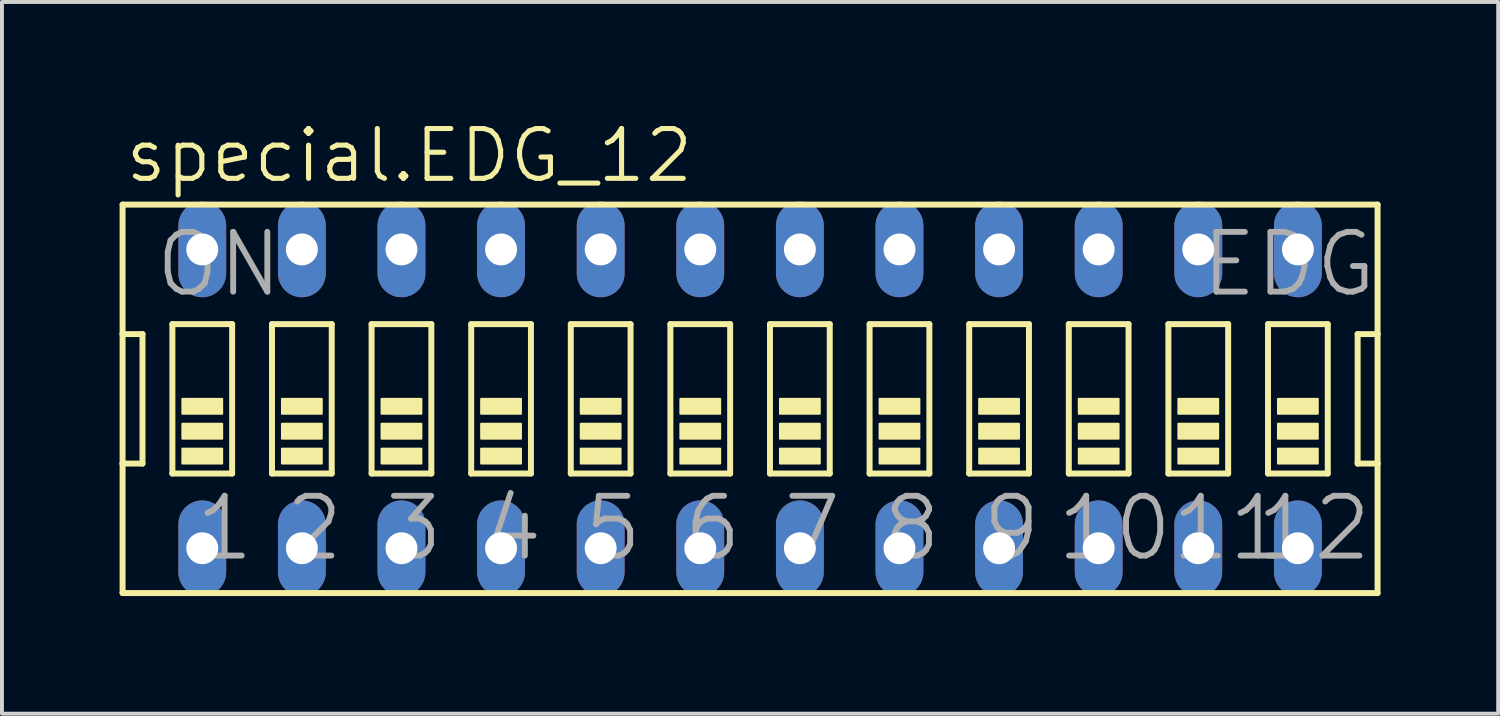
<source format=kicad_pcb>
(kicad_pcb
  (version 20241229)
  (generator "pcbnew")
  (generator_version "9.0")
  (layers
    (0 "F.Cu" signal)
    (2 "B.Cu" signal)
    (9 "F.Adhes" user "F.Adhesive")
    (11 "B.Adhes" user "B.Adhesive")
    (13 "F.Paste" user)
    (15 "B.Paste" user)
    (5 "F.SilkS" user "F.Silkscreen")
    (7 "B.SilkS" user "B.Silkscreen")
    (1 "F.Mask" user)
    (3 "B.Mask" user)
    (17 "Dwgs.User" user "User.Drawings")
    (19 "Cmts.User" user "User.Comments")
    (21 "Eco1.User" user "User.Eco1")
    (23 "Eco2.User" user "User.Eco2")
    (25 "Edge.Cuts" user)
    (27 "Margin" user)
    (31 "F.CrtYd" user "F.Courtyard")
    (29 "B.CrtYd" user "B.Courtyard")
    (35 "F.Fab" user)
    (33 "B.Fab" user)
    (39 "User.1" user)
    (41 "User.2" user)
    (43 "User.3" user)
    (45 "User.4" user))
  (footprint "special.EDG_12"
    (layer "F.Cu")
    (at 16.078 7.121)
    (property "Reference" "special.EDG_12" (at -16.002 -5.461 0) (layer "F.SilkS") (effects (font (size 1.27 1.27) (thickness 0.13)) (justify left bottom)))
    (attr through_hole)
    (fp_line (start -16.002 -4.953) (end -16.002 -1.651) (stroke (width 0.152) (type default)) (layer "F.SilkS"))
    (fp_line (start -16.002 -1.651) (end -16.002 1.651) (stroke (width 0.152) (type default)) (layer "F.SilkS"))
    (fp_line (start -16.002 1.651) (end -16.002 4.953) (stroke (width 0.152) (type default)) (layer "F.SilkS"))
    (fp_line (start -16.002 1.651) (end -15.494 1.651) (stroke (width 0.152) (type default)) (layer "F.SilkS"))
    (fp_line (start -16.002 4.953) (end 16.002 4.953) (stroke (width 0.152) (type default)) (layer "F.SilkS"))
    (fp_line (start -15.494 -1.651) (end -16.002 -1.651) (stroke (width 0.152) (type default)) (layer "F.SilkS"))
    (fp_line (start -15.494 1.651) (end -15.494 -1.651) (stroke (width 0.152) (type default)) (layer "F.SilkS"))
    (fp_line (start -14.732 -1.905) (end -14.732 1.905) (stroke (width 0.152) (type default)) (layer "F.SilkS"))
    (fp_line (start -14.732 -1.905) (end -13.208 -1.905) (stroke (width 0.152) (type default)) (layer "F.SilkS"))
    (fp_line (start -13.208 1.905) (end -14.732 1.905) (stroke (width 0.152) (type default)) (layer "F.SilkS"))
    (fp_line (start -13.208 1.905) (end -13.208 -1.905) (stroke (width 0.152) (type default)) (layer "F.SilkS"))
    (fp_line (start -12.192 -1.905) (end -12.192 1.905) (stroke (width 0.152) (type default)) (layer "F.SilkS"))
    (fp_line (start -12.192 -1.905) (end -10.668 -1.905) (stroke (width 0.152) (type default)) (layer "F.SilkS"))
    (fp_line (start -10.668 1.905) (end -12.192 1.905) (stroke (width 0.152) (type default)) (layer "F.SilkS"))
    (fp_line (start -10.668 1.905) (end -10.668 -1.905) (stroke (width 0.152) (type default)) (layer "F.SilkS"))
    (fp_line (start -9.652 -1.905) (end -9.652 1.905) (stroke (width 0.152) (type default)) (layer "F.SilkS"))
    (fp_line (start -9.652 -1.905) (end -8.128 -1.905) (stroke (width 0.152) (type default)) (layer "F.SilkS"))
    (fp_line (start -8.128 1.905) (end -9.652 1.905) (stroke (width 0.152) (type default)) (layer "F.SilkS"))
    (fp_line (start -8.128 1.905) (end -8.128 -1.905) (stroke (width 0.152) (type default)) (layer "F.SilkS"))
    (fp_line (start -7.112 -1.905) (end -7.112 1.905) (stroke (width 0.152) (type default)) (layer "F.SilkS"))
    (fp_line (start -7.112 -1.905) (end -5.588 -1.905) (stroke (width 0.152) (type default)) (layer "F.SilkS"))
    (fp_line (start -5.588 1.905) (end -7.112 1.905) (stroke (width 0.152) (type default)) (layer "F.SilkS"))
    (fp_line (start -5.588 1.905) (end -5.588 -1.905) (stroke (width 0.152) (type default)) (layer "F.SilkS"))
    (fp_line (start -4.572 -1.905) (end -4.572 1.905) (stroke (width 0.152) (type default)) (layer "F.SilkS"))
    (fp_line (start -4.572 -1.905) (end -3.048 -1.905) (stroke (width 0.152) (type default)) (layer "F.SilkS"))
    (fp_line (start -3.048 1.905) (end -4.572 1.905) (stroke (width 0.152) (type default)) (layer "F.SilkS"))
    (fp_line (start -3.048 1.905) (end -3.048 -1.905) (stroke (width 0.152) (type default)) (layer "F.SilkS"))
    (fp_line (start -2.032 -1.905) (end -2.032 1.905) (stroke (width 0.152) (type default)) (layer "F.SilkS"))
    (fp_line (start -2.032 -1.905) (end -0.508 -1.905) (stroke (width 0.152) (type default)) (layer "F.SilkS"))
    (fp_line (start -0.508 1.905) (end -2.032 1.905) (stroke (width 0.152) (type default)) (layer "F.SilkS"))
    (fp_line (start -0.508 1.905) (end -0.508 -1.905) (stroke (width 0.152) (type default)) (layer "F.SilkS"))
    (fp_line (start 0.508 -1.905) (end 0.508 1.905) (stroke (width 0.152) (type default)) (layer "F.SilkS"))
    (fp_line (start 0.508 -1.905) (end 2.032 -1.905) (stroke (width 0.152) (type default)) (layer "F.SilkS"))
    (fp_line (start 2.032 1.905) (end 0.508 1.905) (stroke (width 0.152) (type default)) (layer "F.SilkS"))
    (fp_line (start 2.032 1.905) (end 2.032 -1.905) (stroke (width 0.152) (type default)) (layer "F.SilkS"))
    (fp_line (start 3.048 -1.905) (end 3.048 1.905) (stroke (width 0.152) (type default)) (layer "F.SilkS"))
    (fp_line (start 3.048 -1.905) (end 4.572 -1.905) (stroke (width 0.152) (type default)) (layer "F.SilkS"))
    (fp_line (start 4.572 1.905) (end 3.048 1.905) (stroke (width 0.152) (type default)) (layer "F.SilkS"))
    (fp_line (start 4.572 1.905) (end 4.572 -1.905) (stroke (width 0.152) (type default)) (layer "F.SilkS"))
    (fp_line (start 5.588 -1.905) (end 5.588 1.905) (stroke (width 0.152) (type default)) (layer "F.SilkS"))
    (fp_line (start 5.588 -1.905) (end 7.112 -1.905) (stroke (width 0.152) (type default)) (layer "F.SilkS"))
    (fp_line (start 7.112 1.905) (end 5.588 1.905) (stroke (width 0.152) (type default)) (layer "F.SilkS"))
    (fp_line (start 7.112 1.905) (end 7.112 -1.905) (stroke (width 0.152) (type default)) (layer "F.SilkS"))
    (fp_line (start 8.128 -1.905) (end 8.128 1.905) (stroke (width 0.152) (type default)) (layer "F.SilkS"))
    (fp_line (start 8.128 -1.905) (end 9.652 -1.905) (stroke (width 0.152) (type default)) (layer "F.SilkS"))
    (fp_line (start 9.652 1.905) (end 8.128 1.905) (stroke (width 0.152) (type default)) (layer "F.SilkS"))
    (fp_line (start 9.652 1.905) (end 9.652 -1.905) (stroke (width 0.152) (type default)) (layer "F.SilkS"))
    (fp_line (start 10.668 -1.905) (end 10.668 1.905) (stroke (width 0.152) (type default)) (layer "F.SilkS"))
    (fp_line (start 10.668 -1.905) (end 12.192 -1.905) (stroke (width 0.152) (type default)) (layer "F.SilkS"))
    (fp_line (start 12.192 1.905) (end 10.668 1.905) (stroke (width 0.152) (type default)) (layer "F.SilkS"))
    (fp_line (start 12.192 1.905) (end 12.192 -1.905) (stroke (width 0.152) (type default)) (layer "F.SilkS"))
    (fp_line (start 13.208 -1.905) (end 13.208 1.905) (stroke (width 0.152) (type default)) (layer "F.SilkS"))
    (fp_line (start 13.208 -1.905) (end 14.732 -1.905) (stroke (width 0.152) (type default)) (layer "F.SilkS"))
    (fp_line (start 14.732 1.905) (end 13.208 1.905) (stroke (width 0.152) (type default)) (layer "F.SilkS"))
    (fp_line (start 14.732 1.905) (end 14.732 -1.905) (stroke (width 0.152) (type default)) (layer "F.SilkS"))
    (fp_line (start 15.494 -1.651) (end 15.494 1.651) (stroke (width 0.152) (type default)) (layer "F.SilkS"))
    (fp_line (start 15.494 1.651) (end 16.002 1.651) (stroke (width 0.152) (type default)) (layer "F.SilkS"))
    (fp_line (start 16.002 -4.953) (end -16.002 -4.953) (stroke (width 0.152) (type default)) (layer "F.SilkS"))
    (fp_line (start 16.002 -1.651) (end 15.494 -1.651) (stroke (width 0.152) (type default)) (layer "F.SilkS"))
    (fp_line (start 16.002 -1.651) (end 16.002 -4.953) (stroke (width 0.152) (type default)) (layer "F.SilkS"))
    (fp_line (start 16.002 1.651) (end 16.002 -1.651) (stroke (width 0.152) (type default)) (layer "F.SilkS"))
    (fp_line (start 16.002 4.953) (end 16.002 1.651) (stroke (width 0.152) (type default)) (layer "F.SilkS"))
    (fp_rect (start -14.478 0.381) (end -13.462 0) (stroke (width 0.05) (type default)) (fill yes) (layer "F.SilkS"))
    (fp_rect (start -14.478 1.016) (end -13.462 0.635) (stroke (width 0.05) (type default)) (fill yes) (layer "F.SilkS"))
    (fp_rect (start -14.478 1.651) (end -13.462 1.27) (stroke (width 0.05) (type default)) (fill yes) (layer "F.SilkS"))
    (fp_rect (start -11.938 0.381) (end -10.922 0) (stroke (width 0.05) (type default)) (fill yes) (layer "F.SilkS"))
    (fp_rect (start -11.938 1.016) (end -10.922 0.635) (stroke (width 0.05) (type default)) (fill yes) (layer "F.SilkS"))
    (fp_rect (start -11.938 1.651) (end -10.922 1.27) (stroke (width 0.05) (type default)) (fill yes) (layer "F.SilkS"))
    (fp_rect (start -9.398 0.381) (end -8.382 0) (stroke (width 0.05) (type default)) (fill yes) (layer "F.SilkS"))
    (fp_rect (start -9.398 1.016) (end -8.382 0.635) (stroke (width 0.05) (type default)) (fill yes) (layer "F.SilkS"))
    (fp_rect (start -9.398 1.651) (end -8.382 1.27) (stroke (width 0.05) (type default)) (fill yes) (layer "F.SilkS"))
    (fp_rect (start -6.858 0.381) (end -5.842 0) (stroke (width 0.05) (type default)) (fill yes) (layer "F.SilkS"))
    (fp_rect (start -6.858 1.016) (end -5.842 0.635) (stroke (width 0.05) (type default)) (fill yes) (layer "F.SilkS"))
    (fp_rect (start -6.858 1.651) (end -5.842 1.27) (stroke (width 0.05) (type default)) (fill yes) (layer "F.SilkS"))
    (fp_rect (start -4.318 0.381) (end -3.302 0) (stroke (width 0.05) (type default)) (fill yes) (layer "F.SilkS"))
    (fp_rect (start -4.318 1.016) (end -3.302 0.635) (stroke (width 0.05) (type default)) (fill yes) (layer "F.SilkS"))
    (fp_rect (start -4.318 1.651) (end -3.302 1.27) (stroke (width 0.05) (type default)) (fill yes) (layer "F.SilkS"))
    (fp_rect (start -1.778 0.381) (end -0.762 0) (stroke (width 0.05) (type default)) (fill yes) (layer "F.SilkS"))
    (fp_rect (start -1.778 1.016) (end -0.762 0.635) (stroke (width 0.05) (type default)) (fill yes) (layer "F.SilkS"))
    (fp_rect (start -1.778 1.651) (end -0.762 1.27) (stroke (width 0.05) (type default)) (fill yes) (layer "F.SilkS"))
    (fp_rect (start 0.762 0.381) (end 1.778 0) (stroke (width 0.05) (type default)) (fill yes) (layer "F.SilkS"))
    (fp_rect (start 0.762 1.016) (end 1.778 0.635) (stroke (width 0.05) (type default)) (fill yes) (layer "F.SilkS"))
    (fp_rect (start 0.762 1.651) (end 1.778 1.27) (stroke (width 0.05) (type default)) (fill yes) (layer "F.SilkS"))
    (fp_rect (start 3.302 0.381) (end 4.318 0) (stroke (width 0.05) (type default)) (fill yes) (layer "F.SilkS"))
    (fp_rect (start 3.302 1.016) (end 4.318 0.635) (stroke (width 0.05) (type default)) (fill yes) (layer "F.SilkS"))
    (fp_rect (start 3.302 1.651) (end 4.318 1.27) (stroke (width 0.05) (type default)) (fill yes) (layer "F.SilkS"))
    (fp_rect (start 5.842 0.381) (end 6.858 0) (stroke (width 0.05) (type default)) (fill yes) (layer "F.SilkS"))
    (fp_rect (start 5.842 1.016) (end 6.858 0.635) (stroke (width 0.05) (type default)) (fill yes) (layer "F.SilkS"))
    (fp_rect (start 5.842 1.651) (end 6.858 1.27) (stroke (width 0.05) (type default)) (fill yes) (layer "F.SilkS"))
    (fp_rect (start 8.382 0.381) (end 9.398 0) (stroke (width 0.05) (type default)) (fill yes) (layer "F.SilkS"))
    (fp_rect (start 8.382 1.016) (end 9.398 0.635) (stroke (width 0.05) (type default)) (fill yes) (layer "F.SilkS"))
    (fp_rect (start 8.382 1.651) (end 9.398 1.27) (stroke (width 0.05) (type default)) (fill yes) (layer "F.SilkS"))
    (fp_rect (start 10.922 0.381) (end 11.938 0) (stroke (width 0.05) (type default)) (fill yes) (layer "F.SilkS"))
    (fp_rect (start 10.922 1.016) (end 11.938 0.635) (stroke (width 0.05) (type default)) (fill yes) (layer "F.SilkS"))
    (fp_rect (start 10.922 1.651) (end 11.938 1.27) (stroke (width 0.05) (type default)) (fill yes) (layer "F.SilkS"))
    (fp_rect (start 13.462 0.381) (end 14.478 0) (stroke (width 0.05) (type default)) (fill yes) (layer "F.SilkS"))
    (fp_rect (start 13.462 1.016) (end 14.478 0.635) (stroke (width 0.05) (type default)) (fill yes) (layer "F.SilkS"))
    (fp_rect (start 13.462 1.651) (end 14.478 1.27) (stroke (width 0.05) (type default)) (fill yes) (layer "F.SilkS"))
    (fp_text user "11" (at 10.668 4.191 0) (layer "F.Fab") (effects (font (size 1.524 1.524) (thickness 0.15)) (justify left bottom)))
    (fp_text user "4" (at -6.858 4.191 0) (layer "F.Fab") (effects (font (size 1.524 1.524) (thickness 0.15)) (justify left bottom)))
    (fp_text user "10" (at 7.747 4.191 0) (layer "F.Fab") (effects (font (size 1.524 1.524) (thickness 0.15)) (justify left bottom)))
    (fp_text user "1" (at -14.224 4.191 0) (layer "F.Fab") (effects (font (size 1.524 1.524) (thickness 0.15)) (justify left bottom)))
    (fp_text user "9" (at 5.842 4.191 0) (layer "F.Fab") (effects (font (size 1.524 1.524) (thickness 0.15)) (justify left bottom)))
    (fp_text user "2" (at -11.938 4.191 0) (layer "F.Fab") (effects (font (size 1.524 1.524) (thickness 0.15)) (justify left bottom)))
    (fp_text user "3" (at -9.398 4.191 0) (layer "F.Fab") (effects (font (size 1.524 1.524) (thickness 0.15)) (justify left bottom)))
    (fp_text user "EDG" (at 11.43 -2.54 0) (layer "F.Fab") (effects (font (size 1.524 1.524) (thickness 0.15)) (justify left bottom)))
    (fp_text user "ON" (at -15.24 -2.54 0) (layer "F.Fab") (effects (font (size 1.524 1.524) (thickness 0.15)) (justify left bottom)))
    (fp_text user "7" (at 0.762 4.191 0) (layer "F.Fab") (effects (font (size 1.524 1.524) (thickness 0.15)) (justify left bottom)))
    (fp_text user "12" (at 12.827 4.191 0) (layer "F.Fab") (effects (font (size 1.524 1.524) (thickness 0.15)) (justify left bottom)))
    (fp_text user "5" (at -4.318 4.191 0) (layer "F.Fab") (effects (font (size 1.524 1.524) (thickness 0.15)) (justify left bottom)))
    (fp_text user "8" (at 3.302 4.191 0) (layer "F.Fab") (effects (font (size 1.524 1.524) (thickness 0.15)) (justify left bottom)))
    (fp_text user "6" (at -1.778 4.191 0) (layer "F.Fab") (effects (font (size 1.524 1.524) (thickness 0.15)) (justify left bottom)))
    (pad "1" thru_hole oval (at -13.97 3.81 90) (size 2.438 1.219) (drill 0.813) (layers "*.Cu" "*.Mask"))
    (pad "2" thru_hole oval (at -11.43 3.81 90) (size 2.438 1.219) (drill 0.813) (layers "*.Cu" "*.Mask"))
    (pad "3" thru_hole oval (at -8.89 3.81 90) (size 2.438 1.219) (drill 0.813) (layers "*.Cu" "*.Mask"))
    (pad "4" thru_hole oval (at -6.35 3.81 90) (size 2.438 1.219) (drill 0.813) (layers "*.Cu" "*.Mask"))
    (pad "5" thru_hole oval (at -3.81 3.81 90) (size 2.438 1.219) (drill 0.813) (layers "*.Cu" "*.Mask"))
    (pad "6" thru_hole oval (at -1.27 3.81 90) (size 2.438 1.219) (drill 0.813) (layers "*.Cu" "*.Mask"))
    (pad "7" thru_hole oval (at 1.27 3.81 90) (size 2.438 1.219) (drill 0.813) (layers "*.Cu" "*.Mask"))
    (pad "8" thru_hole oval (at 3.81 3.81 90) (size 2.438 1.219) (drill 0.813) (layers "*.Cu" "*.Mask"))
    (pad "9" thru_hole oval (at 6.35 3.81 90) (size 2.438 1.219) (drill 0.813) (layers "*.Cu" "*.Mask"))
    (pad "10" thru_hole oval (at 8.89 3.81 90) (size 2.438 1.219) (drill 0.813) (layers "*.Cu" "*.Mask"))
    (pad "11" thru_hole oval (at 11.43 3.81 90) (size 2.438 1.219) (drill 0.813) (layers "*.Cu" "*.Mask"))
    (pad "12" thru_hole oval (at 13.97 3.81 90) (size 2.438 1.219) (drill 0.813) (layers "*.Cu" "*.Mask"))
    (pad "13" thru_hole oval (at 13.97 -3.81 90) (size 2.438 1.219) (drill 0.813) (layers "*.Cu" "*.Mask"))
    (pad "14" thru_hole oval (at 11.43 -3.81 90) (size 2.438 1.219) (drill 0.813) (layers "*.Cu" "*.Mask"))
    (pad "15" thru_hole oval (at 8.89 -3.81 90) (size 2.438 1.219) (drill 0.813) (layers "*.Cu" "*.Mask"))
    (pad "16" thru_hole oval (at 6.35 -3.81 90) (size 2.438 1.219) (drill 0.813) (layers "*.Cu" "*.Mask"))
    (pad "17" thru_hole oval (at 3.81 -3.81 90) (size 2.438 1.219) (drill 0.813) (layers "*.Cu" "*.Mask"))
    (pad "18" thru_hole oval (at 1.27 -3.81 90) (size 2.438 1.219) (drill 0.813) (layers "*.Cu" "*.Mask"))
    (pad "19" thru_hole oval (at -1.27 -3.81 90) (size 2.438 1.219) (drill 0.813) (layers "*.Cu" "*.Mask"))
    (pad "20" thru_hole oval (at -3.81 -3.81 90) (size 2.438 1.219) (drill 0.813) (layers "*.Cu" "*.Mask"))
    (pad "21" thru_hole oval (at -6.35 -3.81 90) (size 2.438 1.219) (drill 0.813) (layers "*.Cu" "*.Mask"))
    (pad "22" thru_hole oval (at -8.89 -3.81 90) (size 2.438 1.219) (drill 0.813) (layers "*.Cu" "*.Mask"))
    (pad "23" thru_hole oval (at -11.43 -3.81 90) (size 2.438 1.219) (drill 0.813) (layers "*.Cu" "*.Mask"))
    (pad "24" thru_hole oval (at -13.97 -3.81 90) (size 2.438 1.219) (drill 0.813) (layers "*.Cu" "*.Mask")))
  (gr_rect
    (start -3 -3)
    (end 35.156 15.15)
    (stroke (width 0.1) (type default))
    (fill no)
    (layer "Edge.Cuts")))
</source>
